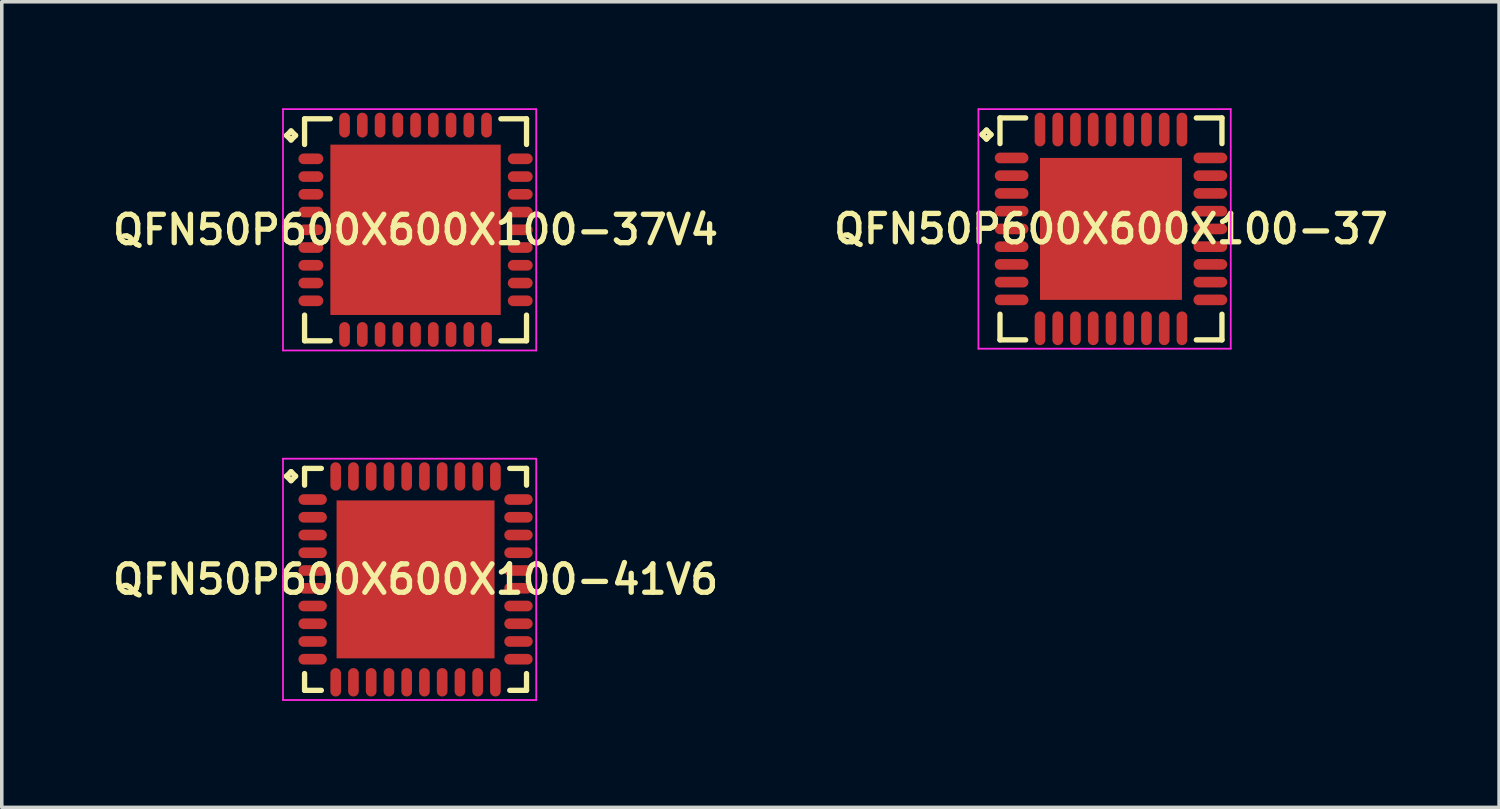
<source format=kicad_pcb>
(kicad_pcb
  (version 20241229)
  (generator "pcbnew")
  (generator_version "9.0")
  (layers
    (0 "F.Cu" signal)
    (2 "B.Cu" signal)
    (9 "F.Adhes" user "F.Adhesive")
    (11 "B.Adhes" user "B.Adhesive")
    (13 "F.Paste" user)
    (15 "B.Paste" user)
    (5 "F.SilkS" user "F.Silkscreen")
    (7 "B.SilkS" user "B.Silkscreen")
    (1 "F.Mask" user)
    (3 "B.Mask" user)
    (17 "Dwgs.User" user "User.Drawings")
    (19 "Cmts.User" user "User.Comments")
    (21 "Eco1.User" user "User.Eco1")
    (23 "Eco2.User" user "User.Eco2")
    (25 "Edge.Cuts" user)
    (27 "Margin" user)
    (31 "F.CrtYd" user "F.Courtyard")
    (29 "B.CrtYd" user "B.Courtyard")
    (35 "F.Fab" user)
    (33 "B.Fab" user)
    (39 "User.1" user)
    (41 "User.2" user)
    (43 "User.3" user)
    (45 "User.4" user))
  (footprint "QFN50P600X600X100-37V4"
    (layer "F.Cu")
    (at 8.659 3.425)
    (property "Reference" "QFN50P600X600X100-37V4" (at 0 0 0) (layer "F.SilkS") (effects (font (size 0.8 0.8) (thickness 0.15))))
    (attr smd)
    (fp_line (start -3.635 -2.658) (end -3.508 -2.785) (stroke (width 0.15) (type solid)) (layer "F.SilkS"))
    (fp_line (start -3.508 -2.785) (end -3.381 -2.658) (stroke (width 0.15) (type solid)) (layer "F.SilkS"))
    (fp_line (start -3.508 -2.531) (end -3.635 -2.658) (stroke (width 0.15) (type solid)) (layer "F.SilkS"))
    (fp_line (start -3.381 -2.658) (end -3.508 -2.531) (stroke (width 0.15) (type solid)) (layer "F.SilkS"))
    (fp_line (start -3.127 -3.127) (end -2.404 -3.127) (stroke (width 0.15) (type solid)) (layer "F.SilkS"))
    (fp_line (start -3.127 -2.404) (end -3.127 -3.127) (stroke (width 0.15) (type solid)) (layer "F.SilkS"))
    (fp_line (start -3.127 2.404) (end -3.127 3.127) (stroke (width 0.15) (type solid)) (layer "F.SilkS"))
    (fp_line (start -3.127 3.127) (end -2.404 3.127) (stroke (width 0.15) (type solid)) (layer "F.SilkS"))
    (fp_line (start 2.404 -3.127) (end 3.127 -3.127) (stroke (width 0.15) (type solid)) (layer "F.SilkS"))
    (fp_line (start 2.404 3.127) (end 3.127 3.127) (stroke (width 0.15) (type solid)) (layer "F.SilkS"))
    (fp_line (start 3.127 -3.127) (end 3.127 -2.404) (stroke (width 0.15) (type solid)) (layer "F.SilkS"))
    (fp_line (start 3.127 3.127) (end 3.127 2.404) (stroke (width 0.15) (type solid)) (layer "F.SilkS"))
    (fp_line (start -3.735 -3.4) (end 3.4 -3.4) (stroke (width 0.05) (type solid)) (layer "F.CrtYd"))
    (fp_line (start -3.735 3.4) (end -3.735 -3.4) (stroke (width 0.05) (type solid)) (layer "F.CrtYd"))
    (fp_line (start 3.4 -3.4) (end 3.4 3.4) (stroke (width 0.05) (type solid)) (layer "F.CrtYd"))
    (fp_line (start 3.4 3.4) (end -3.735 3.4) (stroke (width 0.05) (type solid)) (layer "F.CrtYd"))
    (pad "1" smd oval (at -2.95 -2) (size 0.7 0.3) (layers "F.Cu" "F.Mask" "F.Paste"))
    (pad "2" smd oval (at -2.95 -1.5) (size 0.7 0.3) (layers "F.Cu" "F.Mask" "F.Paste"))
    (pad "3" smd oval (at -2.95 -1) (size 0.7 0.3) (layers "F.Cu" "F.Mask" "F.Paste"))
    (pad "4" smd oval (at -2.95 -0.5) (size 0.7 0.3) (layers "F.Cu" "F.Mask" "F.Paste"))
    (pad "5" smd oval (at -2.95 0) (size 0.7 0.3) (layers "F.Cu" "F.Mask" "F.Paste"))
    (pad "6" smd oval (at -2.95 0.5) (size 0.7 0.3) (layers "F.Cu" "F.Mask" "F.Paste"))
    (pad "7" smd oval (at -2.95 1) (size 0.7 0.3) (layers "F.Cu" "F.Mask" "F.Paste"))
    (pad "8" smd oval (at -2.95 1.5) (size 0.7 0.3) (layers "F.Cu" "F.Mask" "F.Paste"))
    (pad "9" smd oval (at -2.95 2) (size 0.7 0.3) (layers "F.Cu" "F.Mask" "F.Paste"))
    (pad "10" smd oval (at -2 2.95) (size 0.3 0.7) (layers "F.Cu" "F.Mask" "F.Paste"))
    (pad "11" smd oval (at -1.5 2.95) (size 0.3 0.7) (layers "F.Cu" "F.Mask" "F.Paste"))
    (pad "12" smd oval (at -1 2.95) (size 0.3 0.7) (layers "F.Cu" "F.Mask" "F.Paste"))
    (pad "13" smd oval (at -0.5 2.95) (size 0.3 0.7) (layers "F.Cu" "F.Mask" "F.Paste"))
    (pad "14" smd oval (at 0 2.95) (size 0.3 0.7) (layers "F.Cu" "F.Mask" "F.Paste"))
    (pad "15" smd oval (at 0.5 2.95) (size 0.3 0.7) (layers "F.Cu" "F.Mask" "F.Paste"))
    (pad "16" smd oval (at 1 2.95) (size 0.3 0.7) (layers "F.Cu" "F.Mask" "F.Paste"))
    (pad "17" smd oval (at 1.5 2.95) (size 0.3 0.7) (layers "F.Cu" "F.Mask" "F.Paste"))
    (pad "18" smd oval (at 2 2.95) (size 0.3 0.7) (layers "F.Cu" "F.Mask" "F.Paste"))
    (pad "19" smd oval (at 2.95 2) (size 0.7 0.3) (layers "F.Cu" "F.Mask" "F.Paste"))
    (pad "20" smd oval (at 2.95 1.5) (size 0.7 0.3) (layers "F.Cu" "F.Mask" "F.Paste"))
    (pad "21" smd oval (at 2.95 1) (size 0.7 0.3) (layers "F.Cu" "F.Mask" "F.Paste"))
    (pad "22" smd oval (at 2.95 0.5) (size 0.7 0.3) (layers "F.Cu" "F.Mask" "F.Paste"))
    (pad "23" smd oval (at 2.95 0) (size 0.7 0.3) (layers "F.Cu" "F.Mask" "F.Paste"))
    (pad "24" smd oval (at 2.95 -0.5) (size 0.7 0.3) (layers "F.Cu" "F.Mask" "F.Paste"))
    (pad "25" smd oval (at 2.95 -1) (size 0.7 0.3) (layers "F.Cu" "F.Mask" "F.Paste"))
    (pad "26" smd oval (at 2.95 -1.5) (size 0.7 0.3) (layers "F.Cu" "F.Mask" "F.Paste"))
    (pad "27" smd oval (at 2.95 -2) (size 0.7 0.3) (layers "F.Cu" "F.Mask" "F.Paste"))
    (pad "28" smd oval (at 2 -2.95) (size 0.3 0.7) (layers "F.Cu" "F.Mask" "F.Paste"))
    (pad "29" smd oval (at 1.5 -2.95) (size 0.3 0.7) (layers "F.Cu" "F.Mask" "F.Paste"))
    (pad "30" smd oval (at 1 -2.95) (size 0.3 0.7) (layers "F.Cu" "F.Mask" "F.Paste"))
    (pad "31" smd oval (at 0.5 -2.95) (size 0.3 0.7) (layers "F.Cu" "F.Mask" "F.Paste"))
    (pad "32" smd oval (at 0 -2.95) (size 0.3 0.7) (layers "F.Cu" "F.Mask" "F.Paste"))
    (pad "33" smd oval (at -0.5 -2.95) (size 0.3 0.7) (layers "F.Cu" "F.Mask" "F.Paste"))
    (pad "34" smd oval (at -1 -2.95) (size 0.3 0.7) (layers "F.Cu" "F.Mask" "F.Paste"))
    (pad "35" smd oval (at -1.5 -2.95) (size 0.3 0.7) (layers "F.Cu" "F.Mask" "F.Paste"))
    (pad "36" smd oval (at -2 -2.95) (size 0.3 0.7) (layers "F.Cu" "F.Mask" "F.Paste"))
    (pad "37" smd rect (at 0 0) (size 4.8 4.8) (layers "F.Cu" "F.Mask" "F.Paste")))
  (footprint "QFN50P600X600X100-41V6"
    (layer "F.Cu")
    (at 8.659 13.275)
    (property "Reference" "QFN50P600X600X100-41V6" (at 0 0 0) (layer "F.SilkS") (effects (font (size 0.8 0.8) (thickness 0.15))))
    (attr smd)
    (fp_line (start -3.635 -2.908) (end -3.508 -3.035) (stroke (width 0.15) (type solid)) (layer "F.SilkS"))
    (fp_line (start -3.508 -3.035) (end -3.381 -2.908) (stroke (width 0.15) (type solid)) (layer "F.SilkS"))
    (fp_line (start -3.508 -2.781) (end -3.635 -2.908) (stroke (width 0.15) (type solid)) (layer "F.SilkS"))
    (fp_line (start -3.381 -2.908) (end -3.508 -2.781) (stroke (width 0.15) (type solid)) (layer "F.SilkS"))
    (fp_line (start -3.127 -3.127) (end -2.654 -3.127) (stroke (width 0.15) (type solid)) (layer "F.SilkS"))
    (fp_line (start -3.127 -2.654) (end -3.127 -3.127) (stroke (width 0.15) (type solid)) (layer "F.SilkS"))
    (fp_line (start -3.127 2.654) (end -3.127 3.127) (stroke (width 0.15) (type solid)) (layer "F.SilkS"))
    (fp_line (start -3.127 3.127) (end -2.654 3.127) (stroke (width 0.15) (type solid)) (layer "F.SilkS"))
    (fp_line (start 2.654 -3.127) (end 3.127 -3.127) (stroke (width 0.15) (type solid)) (layer "F.SilkS"))
    (fp_line (start 2.654 3.127) (end 3.127 3.127) (stroke (width 0.15) (type solid)) (layer "F.SilkS"))
    (fp_line (start 3.127 -3.127) (end 3.127 -2.654) (stroke (width 0.15) (type solid)) (layer "F.SilkS"))
    (fp_line (start 3.127 3.127) (end 3.127 2.654) (stroke (width 0.15) (type solid)) (layer "F.SilkS"))
    (fp_line (start -3.735 -3.4) (end 3.4 -3.4) (stroke (width 0.05) (type solid)) (layer "F.CrtYd"))
    (fp_line (start -3.735 3.4) (end -3.735 -3.4) (stroke (width 0.05) (type solid)) (layer "F.CrtYd"))
    (fp_line (start 3.4 -3.4) (end 3.4 3.4) (stroke (width 0.05) (type solid)) (layer "F.CrtYd"))
    (fp_line (start 3.4 3.4) (end -3.735 3.4) (stroke (width 0.05) (type solid)) (layer "F.CrtYd"))
    (pad "1" smd oval (at -2.9 -2.25) (size 0.8 0.3) (layers "F.Cu" "F.Mask" "F.Paste"))
    (pad "2" smd oval (at -2.9 -1.75) (size 0.8 0.3) (layers "F.Cu" "F.Mask" "F.Paste"))
    (pad "3" smd oval (at -2.9 -1.25) (size 0.8 0.3) (layers "F.Cu" "F.Mask" "F.Paste"))
    (pad "4" smd oval (at -2.9 -0.75) (size 0.8 0.3) (layers "F.Cu" "F.Mask" "F.Paste"))
    (pad "5" smd oval (at -2.9 -0.25) (size 0.8 0.3) (layers "F.Cu" "F.Mask" "F.Paste"))
    (pad "6" smd oval (at -2.9 0.25) (size 0.8 0.3) (layers "F.Cu" "F.Mask" "F.Paste"))
    (pad "7" smd oval (at -2.9 0.75) (size 0.8 0.3) (layers "F.Cu" "F.Mask" "F.Paste"))
    (pad "8" smd oval (at -2.9 1.25) (size 0.8 0.3) (layers "F.Cu" "F.Mask" "F.Paste"))
    (pad "9" smd oval (at -2.9 1.75) (size 0.8 0.3) (layers "F.Cu" "F.Mask" "F.Paste"))
    (pad "10" smd oval (at -2.9 2.25) (size 0.8 0.3) (layers "F.Cu" "F.Mask" "F.Paste"))
    (pad "11" smd oval (at -2.25 2.9) (size 0.3 0.8) (layers "F.Cu" "F.Mask" "F.Paste"))
    (pad "12" smd oval (at -1.75 2.9) (size 0.3 0.8) (layers "F.Cu" "F.Mask" "F.Paste"))
    (pad "13" smd oval (at -1.25 2.9) (size 0.3 0.8) (layers "F.Cu" "F.Mask" "F.Paste"))
    (pad "14" smd oval (at -0.75 2.9) (size 0.3 0.8) (layers "F.Cu" "F.Mask" "F.Paste"))
    (pad "15" smd oval (at -0.25 2.9) (size 0.3 0.8) (layers "F.Cu" "F.Mask" "F.Paste"))
    (pad "16" smd oval (at 0.25 2.9) (size 0.3 0.8) (layers "F.Cu" "F.Mask" "F.Paste"))
    (pad "17" smd oval (at 0.75 2.9) (size 0.3 0.8) (layers "F.Cu" "F.Mask" "F.Paste"))
    (pad "18" smd oval (at 1.25 2.9) (size 0.3 0.8) (layers "F.Cu" "F.Mask" "F.Paste"))
    (pad "19" smd oval (at 1.75 2.9) (size 0.3 0.8) (layers "F.Cu" "F.Mask" "F.Paste"))
    (pad "20" smd oval (at 2.25 2.9) (size 0.3 0.8) (layers "F.Cu" "F.Mask" "F.Paste"))
    (pad "21" smd oval (at 2.9 2.25) (size 0.8 0.3) (layers "F.Cu" "F.Mask" "F.Paste"))
    (pad "22" smd oval (at 2.9 1.75) (size 0.8 0.3) (layers "F.Cu" "F.Mask" "F.Paste"))
    (pad "23" smd oval (at 2.9 1.25) (size 0.8 0.3) (layers "F.Cu" "F.Mask" "F.Paste"))
    (pad "24" smd oval (at 2.9 0.75) (size 0.8 0.3) (layers "F.Cu" "F.Mask" "F.Paste"))
    (pad "25" smd oval (at 2.9 0.25) (size 0.8 0.3) (layers "F.Cu" "F.Mask" "F.Paste"))
    (pad "26" smd oval (at 2.9 -0.25) (size 0.8 0.3) (layers "F.Cu" "F.Mask" "F.Paste"))
    (pad "27" smd oval (at 2.9 -0.75) (size 0.8 0.3) (layers "F.Cu" "F.Mask" "F.Paste"))
    (pad "28" smd oval (at 2.9 -1.25) (size 0.8 0.3) (layers "F.Cu" "F.Mask" "F.Paste"))
    (pad "29" smd oval (at 2.9 -1.75) (size 0.8 0.3) (layers "F.Cu" "F.Mask" "F.Paste"))
    (pad "30" smd oval (at 2.9 -2.25) (size 0.8 0.3) (layers "F.Cu" "F.Mask" "F.Paste"))
    (pad "31" smd oval (at 2.25 -2.9) (size 0.3 0.8) (layers "F.Cu" "F.Mask" "F.Paste"))
    (pad "32" smd oval (at 1.75 -2.9) (size 0.3 0.8) (layers "F.Cu" "F.Mask" "F.Paste"))
    (pad "33" smd oval (at 1.25 -2.9) (size 0.3 0.8) (layers "F.Cu" "F.Mask" "F.Paste"))
    (pad "34" smd oval (at 0.75 -2.9) (size 0.3 0.8) (layers "F.Cu" "F.Mask" "F.Paste"))
    (pad "35" smd oval (at 0.25 -2.9) (size 0.3 0.8) (layers "F.Cu" "F.Mask" "F.Paste"))
    (pad "36" smd oval (at -0.25 -2.9) (size 0.3 0.8) (layers "F.Cu" "F.Mask" "F.Paste"))
    (pad "37" smd oval (at -0.75 -2.9) (size 0.3 0.8) (layers "F.Cu" "F.Mask" "F.Paste"))
    (pad "38" smd oval (at -1.25 -2.9) (size 0.3 0.8) (layers "F.Cu" "F.Mask" "F.Paste"))
    (pad "39" smd oval (at -1.75 -2.9) (size 0.3 0.8) (layers "F.Cu" "F.Mask" "F.Paste"))
    (pad "40" smd oval (at -2.25 -2.9) (size 0.3 0.8) (layers "F.Cu" "F.Mask" "F.Paste"))
    (pad "41" smd rect (at 0 0) (size 4.45 4.45) (layers "F.Cu" "F.Mask" "F.Paste")))
  (footprint "QFN50P600X600X100-37"
    (layer "F.Cu")
    (at 28.254 3.4)
    (property "Reference" "QFN50P600X600X100-37" (at 0 0 0) (layer "F.SilkS") (effects (font (size 0.8 0.8) (thickness 0.15))))
    (attr smd)
    (fp_line (start -3.635 -2.658) (end -3.508 -2.785) (stroke (width 0.15) (type solid)) (layer "F.SilkS"))
    (fp_line (start -3.508 -2.785) (end -3.381 -2.658) (stroke (width 0.15) (type solid)) (layer "F.SilkS"))
    (fp_line (start -3.508 -2.531) (end -3.635 -2.658) (stroke (width 0.15) (type solid)) (layer "F.SilkS"))
    (fp_line (start -3.381 -2.658) (end -3.508 -2.531) (stroke (width 0.15) (type solid)) (layer "F.SilkS"))
    (fp_line (start -3.127 -3.127) (end -2.404 -3.127) (stroke (width 0.15) (type solid)) (layer "F.SilkS"))
    (fp_line (start -3.127 -2.404) (end -3.127 -3.127) (stroke (width 0.15) (type solid)) (layer "F.SilkS"))
    (fp_line (start -3.127 2.404) (end -3.127 3.127) (stroke (width 0.15) (type solid)) (layer "F.SilkS"))
    (fp_line (start -3.127 3.127) (end -2.404 3.127) (stroke (width 0.15) (type solid)) (layer "F.SilkS"))
    (fp_line (start 2.404 -3.127) (end 3.127 -3.127) (stroke (width 0.15) (type solid)) (layer "F.SilkS"))
    (fp_line (start 2.404 3.127) (end 3.127 3.127) (stroke (width 0.15) (type solid)) (layer "F.SilkS"))
    (fp_line (start 3.127 -3.127) (end 3.127 -2.404) (stroke (width 0.15) (type solid)) (layer "F.SilkS"))
    (fp_line (start 3.127 3.127) (end 3.127 2.404) (stroke (width 0.15) (type solid)) (layer "F.SilkS"))
    (fp_line (start -3.735 -3.375) (end 3.375 -3.375) (stroke (width 0.05) (type solid)) (layer "F.CrtYd"))
    (fp_line (start -3.735 3.375) (end -3.735 -3.375) (stroke (width 0.05) (type solid)) (layer "F.CrtYd"))
    (fp_line (start 3.375 -3.375) (end 3.375 3.375) (stroke (width 0.05) (type solid)) (layer "F.CrtYd"))
    (fp_line (start 3.375 3.375) (end -3.735 3.375) (stroke (width 0.05) (type solid)) (layer "F.CrtYd"))
    (pad "1" smd oval (at -2.8 -2) (size 0.95 0.3) (layers "F.Cu" "F.Mask" "F.Paste"))
    (pad "2" smd oval (at -2.8 -1.5) (size 0.95 0.3) (layers "F.Cu" "F.Mask" "F.Paste"))
    (pad "3" smd oval (at -2.8 -1) (size 0.95 0.3) (layers "F.Cu" "F.Mask" "F.Paste"))
    (pad "4" smd oval (at -2.8 -0.5) (size 0.95 0.3) (layers "F.Cu" "F.Mask" "F.Paste"))
    (pad "5" smd oval (at -2.8 0) (size 0.95 0.3) (layers "F.Cu" "F.Mask" "F.Paste"))
    (pad "6" smd oval (at -2.8 0.5) (size 0.95 0.3) (layers "F.Cu" "F.Mask" "F.Paste"))
    (pad "7" smd oval (at -2.8 1) (size 0.95 0.3) (layers "F.Cu" "F.Mask" "F.Paste"))
    (pad "8" smd oval (at -2.8 1.5) (size 0.95 0.3) (layers "F.Cu" "F.Mask" "F.Paste"))
    (pad "9" smd oval (at -2.8 2) (size 0.95 0.3) (layers "F.Cu" "F.Mask" "F.Paste"))
    (pad "10" smd oval (at -2 2.8) (size 0.3 0.95) (layers "F.Cu" "F.Mask" "F.Paste"))
    (pad "11" smd oval (at -1.5 2.8) (size 0.3 0.95) (layers "F.Cu" "F.Mask" "F.Paste"))
    (pad "12" smd oval (at -1 2.8) (size 0.3 0.95) (layers "F.Cu" "F.Mask" "F.Paste"))
    (pad "13" smd oval (at -0.5 2.8) (size 0.3 0.95) (layers "F.Cu" "F.Mask" "F.Paste"))
    (pad "14" smd oval (at 0 2.8) (size 0.3 0.95) (layers "F.Cu" "F.Mask" "F.Paste"))
    (pad "15" smd oval (at 0.5 2.8) (size 0.3 0.95) (layers "F.Cu" "F.Mask" "F.Paste"))
    (pad "16" smd oval (at 1 2.8) (size 0.3 0.95) (layers "F.Cu" "F.Mask" "F.Paste"))
    (pad "17" smd oval (at 1.5 2.8) (size 0.3 0.95) (layers "F.Cu" "F.Mask" "F.Paste"))
    (pad "18" smd oval (at 2 2.8) (size 0.3 0.95) (layers "F.Cu" "F.Mask" "F.Paste"))
    (pad "19" smd oval (at 2.8 2) (size 0.95 0.3) (layers "F.Cu" "F.Mask" "F.Paste"))
    (pad "20" smd oval (at 2.8 1.5) (size 0.95 0.3) (layers "F.Cu" "F.Mask" "F.Paste"))
    (pad "21" smd oval (at 2.8 1) (size 0.95 0.3) (layers "F.Cu" "F.Mask" "F.Paste"))
    (pad "22" smd oval (at 2.8 0.5) (size 0.95 0.3) (layers "F.Cu" "F.Mask" "F.Paste"))
    (pad "23" smd oval (at 2.8 0) (size 0.95 0.3) (layers "F.Cu" "F.Mask" "F.Paste"))
    (pad "24" smd oval (at 2.8 -0.5) (size 0.95 0.3) (layers "F.Cu" "F.Mask" "F.Paste"))
    (pad "25" smd oval (at 2.8 -1) (size 0.95 0.3) (layers "F.Cu" "F.Mask" "F.Paste"))
    (pad "26" smd oval (at 2.8 -1.5) (size 0.95 0.3) (layers "F.Cu" "F.Mask" "F.Paste"))
    (pad "27" smd oval (at 2.8 -2) (size 0.95 0.3) (layers "F.Cu" "F.Mask" "F.Paste"))
    (pad "28" smd oval (at 2 -2.8) (size 0.3 0.95) (layers "F.Cu" "F.Mask" "F.Paste"))
    (pad "29" smd oval (at 1.5 -2.8) (size 0.3 0.95) (layers "F.Cu" "F.Mask" "F.Paste"))
    (pad "30" smd oval (at 1 -2.8) (size 0.3 0.95) (layers "F.Cu" "F.Mask" "F.Paste"))
    (pad "31" smd oval (at 0.5 -2.8) (size 0.3 0.95) (layers "F.Cu" "F.Mask" "F.Paste"))
    (pad "32" smd oval (at 0 -2.8) (size 0.3 0.95) (layers "F.Cu" "F.Mask" "F.Paste"))
    (pad "33" smd oval (at -0.5 -2.8) (size 0.3 0.95) (layers "F.Cu" "F.Mask" "F.Paste"))
    (pad "34" smd oval (at -1 -2.8) (size 0.3 0.95) (layers "F.Cu" "F.Mask" "F.Paste"))
    (pad "35" smd oval (at -1.5 -2.8) (size 0.3 0.95) (layers "F.Cu" "F.Mask" "F.Paste"))
    (pad "36" smd oval (at -2 -2.8) (size 0.3 0.95) (layers "F.Cu" "F.Mask" "F.Paste"))
    (pad "37" smd rect (at 0 0) (size 4 4) (layers "F.Cu" "F.Mask" "F.Paste")))
  (gr_rect
    (start -3 -3)
    (end 39.19 19.7)
    (stroke (width 0.1) (type default))
    (fill no)
    (layer "Edge.Cuts")))
</source>
